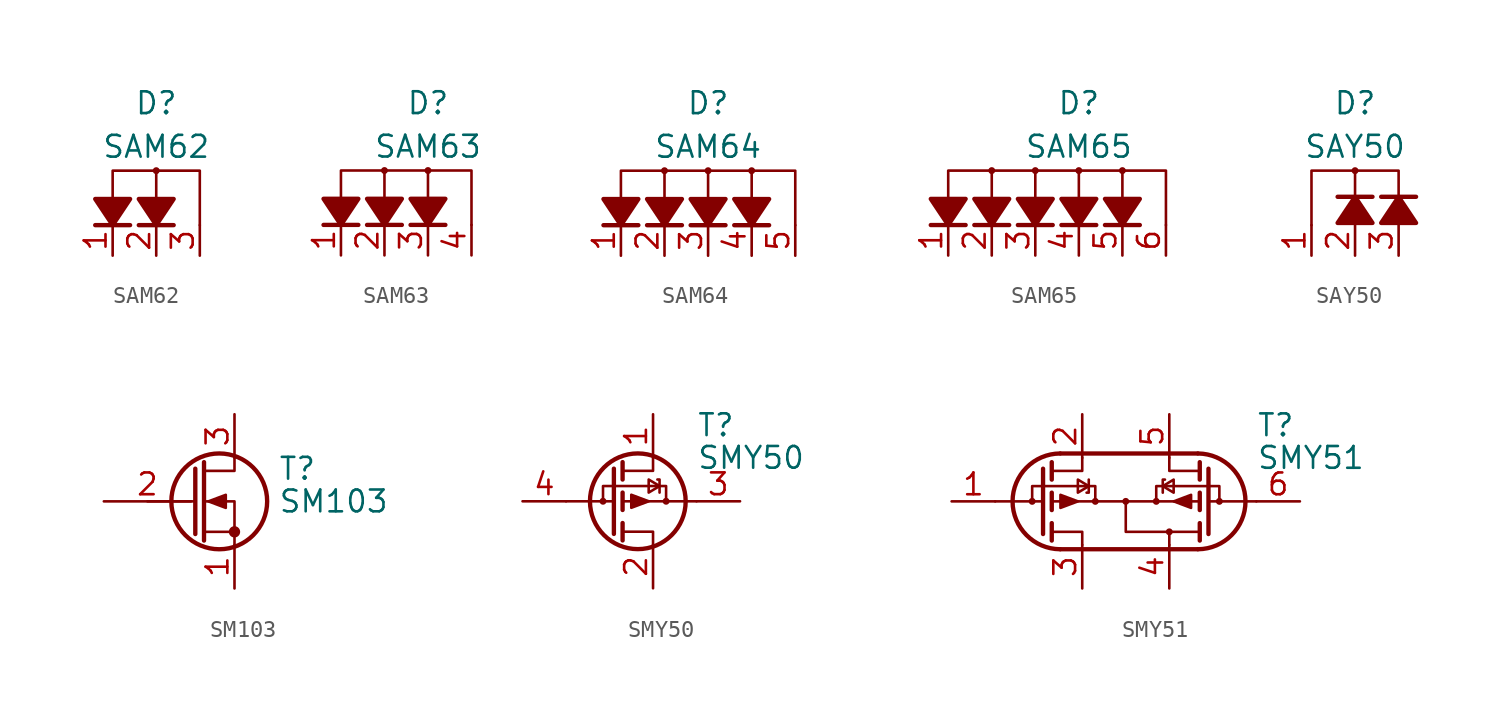
<source format=kicad_sym>
(kicad_symbol_lib
  (version 20241209)
  (generator "kicad_symbol_editor")
  (generator_version "9.0")
  (symbol "SAM62"
    (pin_names
      (hide yes))
    (property "Reference" "D"
      (at 0 5.08 0)
      (effects (font (size 1.27 1.27))))
    (property "Value" "SAM62"
      (at 0 2.54 0)
      (effects (font (size 1.27 1.27))))
    (symbol "SAM62_0_0"
      (circle (center 0 1.143) (radius 0.127) (stroke (width 0.152) (type default)) (fill (type none)))
      (polyline (pts (xy 0 -0.381) (xy 0 1.143)) (stroke (width 0.152) (type default)) (fill (type none)))
      (polyline (pts (xy 2.54 -2.032) (xy 2.54 1.143) (xy -2.54 1.143) (xy -2.54 -0.508)) (stroke (width 0.152) (type default)) (fill (type none))))
    (symbol "SAM62_0_1"
      (polyline (pts (xy -1.524 -0.508) (xy -2.54 -2.032) (xy -3.556 -0.508) (xy -1.524 -0.508)) (stroke (width 0.254) (type default)) (fill (type outline)))
      (polyline (pts (xy -1.524 -2.032) (xy -3.556 -2.032)) (stroke (width 0.254) (type default)) (fill (type none)))
      (polyline (pts (xy 1.016 -0.508) (xy 0 -2.032) (xy -1.016 -0.508) (xy 1.016 -0.508)) (stroke (width 0.254) (type default)) (fill (type outline)))
      (polyline (pts (xy 1.016 -2.032) (xy -1.016 -2.032)) (stroke (width 0.254) (type default)) (fill (type none))))
    (symbol "SAM62_1_1"
      (pin passive line (at -2.54 -3.81 90) (length 1.778) (name "A" (effects (font (size 1.27 1.27)))) (number "1" (effects (font (size 1.27 1.27)))))
      (pin passive line (at 0 -3.81 90) (length 1.778) (name "K1" (effects (font (size 1.27 1.27)))) (number "2" (effects (font (size 1.27 1.27)))))
      (pin passive line (at 2.54 -3.81 90) (length 1.778) (name "K2" (effects (font (size 1.27 1.27)))) (number "3" (effects (font (size 1.27 1.27)))))))
  (symbol "SAM63"
    (pin_names
      (hide yes))
    (property "Reference" "D"
      (at 0 5.08 0)
      (effects (font (size 1.27 1.27))))
    (property "Value" "SAM63"
      (at 0 2.54 0)
      (effects (font (size 1.27 1.27))))
    (symbol "SAM63_0_0"
      (circle (center -2.54 1.143) (radius 0.127) (stroke (width 0.152) (type default)) (fill (type none)))
      (polyline (pts (xy -2.54 -0.381) (xy -2.54 1.143)) (stroke (width 0.152) (type default)) (fill (type none)))
      (circle (center 0 1.143) (radius 0.127) (stroke (width 0.152) (type default)) (fill (type none)))
      (polyline (pts (xy 0 -0.381) (xy 0 1.143)) (stroke (width 0.152) (type default)) (fill (type none)))
      (polyline (pts (xy 2.54 -2.032) (xy 2.54 1.143) (xy -5.08 1.143) (xy -5.08 -0.508)) (stroke (width 0.152) (type default)) (fill (type none))))
    (symbol "SAM63_0_1"
      (polyline (pts (xy -4.064 -0.508) (xy -5.08 -2.032) (xy -6.096 -0.508) (xy -4.064 -0.508)) (stroke (width 0.254) (type default)) (fill (type outline)))
      (polyline (pts (xy -4.064 -2.032) (xy -6.096 -2.032)) (stroke (width 0.254) (type default)) (fill (type none)))
      (polyline (pts (xy -1.524 -0.508) (xy -2.54 -2.032) (xy -3.556 -0.508) (xy -1.524 -0.508)) (stroke (width 0.254) (type default)) (fill (type outline)))
      (polyline (pts (xy -1.524 -2.032) (xy -3.556 -2.032)) (stroke (width 0.254) (type default)) (fill (type none)))
      (polyline (pts (xy 1.016 -0.508) (xy 0 -2.032) (xy -1.016 -0.508) (xy 1.016 -0.508)) (stroke (width 0.254) (type default)) (fill (type outline)))
      (polyline (pts (xy 1.016 -2.032) (xy -1.016 -2.032)) (stroke (width 0.254) (type default)) (fill (type none))))
    (symbol "SAM63_1_1"
      (pin passive line (at -5.08 -3.81 90) (length 1.778) (name "A" (effects (font (size 1.27 1.27)))) (number "1" (effects (font (size 1.27 1.27)))))
      (pin passive line (at -2.54 -3.81 90) (length 1.778) (name "K1" (effects (font (size 1.27 1.27)))) (number "2" (effects (font (size 1.27 1.27)))))
      (pin passive line (at 0 -3.81 90) (length 1.778) (name "K2" (effects (font (size 1.27 1.27)))) (number "3" (effects (font (size 1.27 1.27)))))
      (pin passive line (at 2.54 -3.81 90) (length 1.778) (name "K3" (effects (font (size 1.27 1.27)))) (number "4" (effects (font (size 1.27 1.27)))))))
  (symbol "SAM64"
    (pin_names
      (hide yes))
    (property "Reference" "D"
      (at 0 5.08 0)
      (effects (font (size 1.27 1.27))))
    (property "Value" "SAM64"
      (at 0 2.54 0)
      (effects (font (size 1.27 1.27))))
    (symbol "SAM64_0_0"
      (circle (center -2.54 1.143) (radius 0.127) (stroke (width 0.152) (type default)) (fill (type none)))
      (polyline (pts (xy -2.54 -0.381) (xy -2.54 1.143)) (stroke (width 0.152) (type default)) (fill (type none)))
      (circle (center 0 1.143) (radius 0.127) (stroke (width 0.152) (type default)) (fill (type none)))
      (polyline (pts (xy 0 -0.381) (xy 0 1.143)) (stroke (width 0.152) (type default)) (fill (type none)))
      (circle (center 2.54 1.143) (radius 0.127) (stroke (width 0.152) (type default)) (fill (type none)))
      (polyline (pts (xy 2.54 -0.381) (xy 2.54 1.143)) (stroke (width 0.152) (type default)) (fill (type none)))
      (polyline (pts (xy 5.08 -2.032) (xy 5.08 1.143) (xy -5.08 1.143) (xy -5.08 -0.508)) (stroke (width 0.152) (type default)) (fill (type none))))
    (symbol "SAM64_0_1"
      (polyline (pts (xy -4.064 -0.508) (xy -5.08 -2.032) (xy -6.096 -0.508) (xy -4.064 -0.508)) (stroke (width 0.254) (type default)) (fill (type outline)))
      (polyline (pts (xy -4.064 -2.032) (xy -6.096 -2.032)) (stroke (width 0.254) (type default)) (fill (type none)))
      (polyline (pts (xy -1.524 -0.508) (xy -2.54 -2.032) (xy -3.556 -0.508) (xy -1.524 -0.508)) (stroke (width 0.254) (type default)) (fill (type outline)))
      (polyline (pts (xy -1.524 -2.032) (xy -3.556 -2.032)) (stroke (width 0.254) (type default)) (fill (type none)))
      (polyline (pts (xy 1.016 -0.508) (xy 0 -2.032) (xy -1.016 -0.508) (xy 1.016 -0.508)) (stroke (width 0.254) (type default)) (fill (type outline)))
      (polyline (pts (xy 1.016 -2.032) (xy -1.016 -2.032)) (stroke (width 0.254) (type default)) (fill (type none)))
      (polyline (pts (xy 3.556 -0.508) (xy 2.54 -2.032) (xy 1.524 -0.508) (xy 3.556 -0.508)) (stroke (width 0.254) (type default)) (fill (type outline)))
      (polyline (pts (xy 3.556 -2.032) (xy 1.524 -2.032)) (stroke (width 0.254) (type default)) (fill (type none))))
    (symbol "SAM64_1_1"
      (pin passive line (at -5.08 -3.81 90) (length 1.778) (name "A" (effects (font (size 1.27 1.27)))) (number "1" (effects (font (size 1.27 1.27)))))
      (pin passive line (at -2.54 -3.81 90) (length 1.778) (name "K1" (effects (font (size 1.27 1.27)))) (number "2" (effects (font (size 1.27 1.27)))))
      (pin passive line (at 0 -3.81 90) (length 1.778) (name "K2" (effects (font (size 1.27 1.27)))) (number "3" (effects (font (size 1.27 1.27)))))
      (pin passive line (at 2.54 -3.81 90) (length 1.778) (name "K3" (effects (font (size 1.27 1.27)))) (number "4" (effects (font (size 1.27 1.27)))))
      (pin passive line (at 5.08 -3.81 90) (length 1.778) (name "K4" (effects (font (size 1.27 1.27)))) (number "5" (effects (font (size 1.27 1.27)))))))
  (symbol "SAM65"
    (pin_names
      (hide yes))
    (property "Reference" "D"
      (at 0 5.08 0)
      (effects (font (size 1.27 1.27))))
    (property "Value" "SAM65"
      (at 0 2.54 0)
      (effects (font (size 1.27 1.27))))
    (symbol "SAM65_0_0"
      (circle (center -5.08 1.143) (radius 0.127) (stroke (width 0.152) (type default)) (fill (type none)))
      (polyline (pts (xy -5.08 -0.381) (xy -5.08 1.143)) (stroke (width 0.152) (type default)) (fill (type none)))
      (circle (center -2.54 1.143) (radius 0.127) (stroke (width 0.152) (type default)) (fill (type none)))
      (polyline (pts (xy -2.54 -0.381) (xy -2.54 1.143)) (stroke (width 0.152) (type default)) (fill (type none)))
      (circle (center 0 1.143) (radius 0.127) (stroke (width 0.152) (type default)) (fill (type none)))
      (polyline (pts (xy 0 -0.381) (xy 0 1.143)) (stroke (width 0.152) (type default)) (fill (type none)))
      (circle (center 2.54 1.143) (radius 0.127) (stroke (width 0.152) (type default)) (fill (type none)))
      (polyline (pts (xy 2.54 -0.381) (xy 2.54 1.143)) (stroke (width 0.152) (type default)) (fill (type none)))
      (polyline (pts (xy 5.08 -2.032) (xy 5.08 1.143) (xy -7.62 1.143) (xy -7.62 -0.381)) (stroke (width 0.152) (type default)) (fill (type none))))
    (symbol "SAM65_0_1"
      (polyline (pts (xy -6.604 -0.508) (xy -7.62 -2.032) (xy -8.636 -0.508) (xy -6.604 -0.508)) (stroke (width 0.254) (type default)) (fill (type outline)))
      (polyline (pts (xy -6.604 -2.032) (xy -8.636 -2.032)) (stroke (width 0.254) (type default)) (fill (type none)))
      (polyline (pts (xy -4.064 -0.508) (xy -5.08 -2.032) (xy -6.096 -0.508) (xy -4.064 -0.508)) (stroke (width 0.254) (type default)) (fill (type outline)))
      (polyline (pts (xy -4.064 -2.032) (xy -6.096 -2.032)) (stroke (width 0.254) (type default)) (fill (type none)))
      (polyline (pts (xy -1.524 -0.508) (xy -2.54 -2.032) (xy -3.556 -0.508) (xy -1.524 -0.508)) (stroke (width 0.254) (type default)) (fill (type outline)))
      (polyline (pts (xy -1.524 -2.032) (xy -3.556 -2.032)) (stroke (width 0.254) (type default)) (fill (type none)))
      (polyline (pts (xy 1.016 -0.508) (xy 0 -2.032) (xy -1.016 -0.508) (xy 1.016 -0.508)) (stroke (width 0.254) (type default)) (fill (type outline)))
      (polyline (pts (xy 1.016 -2.032) (xy -1.016 -2.032)) (stroke (width 0.254) (type default)) (fill (type none)))
      (polyline (pts (xy 3.556 -0.508) (xy 2.54 -2.032) (xy 1.524 -0.508) (xy 3.556 -0.508)) (stroke (width 0.254) (type default)) (fill (type outline)))
      (polyline (pts (xy 3.556 -2.032) (xy 1.524 -2.032)) (stroke (width 0.254) (type default)) (fill (type none))))
    (symbol "SAM65_1_1"
      (pin passive line (at -7.62 -3.81 90) (length 1.778) (name "A" (effects (font (size 1.27 1.27)))) (number "1" (effects (font (size 1.27 1.27)))))
      (pin passive line (at -5.08 -3.81 90) (length 1.778) (name "K1" (effects (font (size 1.27 1.27)))) (number "2" (effects (font (size 1.27 1.27)))))
      (pin passive line (at -2.54 -3.81 90) (length 1.778) (name "K2" (effects (font (size 1.27 1.27)))) (number "3" (effects (font (size 1.27 1.27)))))
      (pin passive line (at 0 -3.81 90) (length 1.778) (name "K3" (effects (font (size 1.27 1.27)))) (number "4" (effects (font (size 1.27 1.27)))))
      (pin passive line (at 2.54 -3.81 90) (length 1.778) (name "K4" (effects (font (size 1.27 1.27)))) (number "5" (effects (font (size 1.27 1.27)))))
      (pin passive line (at 5.08 -3.81 90) (length 1.778) (name "K5" (effects (font (size 1.27 1.27)))) (number "6" (effects (font (size 1.27 1.27)))))))
  (symbol "SAY50"
    (pin_names
      (hide yes))
    (property "Reference" "D"
      (at 0 5.08 0)
      (effects (font (size 1.27 1.27))))
    (property "Value" "SAY50"
      (at 0 2.54 0)
      (effects (font (size 1.27 1.27))))
    (symbol "SAY50_0_0"
      (polyline (pts (xy -2.54 -2.032) (xy -2.54 1.143) (xy 2.54 1.143) (xy 2.54 -0.381)) (stroke (width 0.152) (type default)) (fill (type none)))
      (circle (center 0 1.143) (radius 0.127) (stroke (width 0.152) (type default)) (fill (type none)))
      (polyline (pts (xy 0 -0.381) (xy 0 1.143)) (stroke (width 0.152) (type default)) (fill (type none))))
    (symbol "SAY50_0_1"
      (polyline (pts (xy 1.016 -0.381) (xy -1.016 -0.381)) (stroke (width 0.254) (type default)) (fill (type none)))
      (polyline (pts (xy 1.016 -1.905) (xy 0 -0.381) (xy -1.016 -1.905) (xy 1.016 -1.905)) (stroke (width 0.254) (type default)) (fill (type outline)))
      (polyline (pts (xy 3.556 -0.381) (xy 1.524 -0.381)) (stroke (width 0.254) (type default)) (fill (type none)))
      (polyline (pts (xy 3.556 -1.905) (xy 2.54 -0.381) (xy 1.524 -1.905) (xy 3.556 -1.905)) (stroke (width 0.254) (type default)) (fill (type outline))))
    (symbol "SAY50_1_1"
      (pin passive line (at -2.54 -3.81 90) (length 1.778) (name "A1" (effects (font (size 1.27 1.27)))) (number "1" (effects (font (size 1.27 1.27)))))
      (pin passive line (at 0 -3.81 90) (length 1.778) (name "A2" (effects (font (size 1.27 1.27)))) (number "2" (effects (font (size 1.27 1.27)))))
      (pin passive line (at 2.54 -3.81 90) (length 1.778) (name "K" (effects (font (size 1.27 1.27)))) (number "3" (effects (font (size 1.27 1.27)))))))
  (symbol "SM103"
    (pin_names
      (hide yes))
    (property "Reference" "T"
      (at 5.08 1.905 0)
      (effects (font (size 1.27 1.27)) (justify left)))
    (property "Value" "SM103"
      (at 5.08 0 0)
      (effects (font (size 1.27 1.27)) (justify left)))
    (symbol "SM103_0_1"
      (polyline (pts (xy 0.254 1.905) (xy 0.254 -1.905)) (stroke (width 0.254) (type default)) (fill (type none)))
      (polyline (pts (xy 0.254 0) (xy -2.54 0)) (stroke (width 0) (type default)) (fill (type none)))
      (polyline (pts (xy 0.762 2.286) (xy 0.762 -2.286)) (stroke (width 0.254) (type default)) (fill (type none)))
      (polyline (pts (xy 0.762 -1.778) (xy 2.54 -1.778)) (stroke (width 0) (type default)) (fill (type none)))
      (polyline (pts (xy 1.016 0) (xy 2.032 0.381) (xy 2.032 -0.381) (xy 1.016 0)) (stroke (width 0) (type default)) (fill (type outline)))
      (circle (center 1.651 0) (radius 2.794) (stroke (width 0.254) (type default)) (fill (type none)))
      (polyline (pts (xy 2.54 2.54) (xy 2.54 1.778) (xy 0.889 1.778)) (stroke (width 0) (type default)) (fill (type none)))
      (circle (center 2.54 -1.778) (radius 0.254) (stroke (width 0) (type default)) (fill (type outline)))
      (polyline (pts (xy 2.54 -2.54) (xy 2.54 0) (xy 0.762 0)) (stroke (width 0) (type default)) (fill (type none))))
    (symbol "SM103_1_1"
      (pin input line (at -5.08 0 0) (length 5.08) (name "G" (effects (font (size 1.27 1.27)))) (number "2" (effects (font (size 1.27 1.27)))))
      (pin passive line (at 2.54 5.08 270) (length 2.54) (name "D" (effects (font (size 1.27 1.27)))) (number "3" (effects (font (size 1.27 1.27)))))
      (pin passive line (at 2.54 -5.08 90) (length 2.54) (name "S" (effects (font (size 1.27 1.27)))) (number "1" (effects (font (size 1.27 1.27)))))))
  (symbol "SMY50"
    (pin_names
      (hide yes))
    (property "Reference" "T"
      (at 5.08 4.445 0)
      (effects (font (size 1.27 1.27)) (justify left)))
    (property "Value" "SMY50"
      (at 5.08 2.54 0)
      (effects (font (size 1.27 1.27)) (justify left)))
    (symbol "SMY50_0_1"
      (circle (center -0.381 0) (radius 0.127) (stroke (width 0.152) (type default)) (fill (type none)))
      (polyline (pts (xy 0.254 1.905) (xy 0.254 -1.905)) (stroke (width 0.254) (type default)) (fill (type none)))
      (polyline (pts (xy 0.254 0) (xy -2.54 0)) (stroke (width 0) (type default)) (fill (type none)))
      (polyline (pts (xy 0.762 2.286) (xy 0.762 1.27)) (stroke (width 0.254) (type default)) (fill (type none)))
      (polyline (pts (xy 0.762 1.778) (xy 2.54 1.778) (xy 2.54 2.54)) (stroke (width 0) (type default)) (fill (type none)))
      (polyline (pts (xy 0.762 0.508) (xy 0.762 -0.508)) (stroke (width 0.254) (type default)) (fill (type none)))
      (polyline (pts (xy 0.762 -1.27) (xy 0.762 -2.286)) (stroke (width 0.254) (type default)) (fill (type none)))
      (circle (center 1.651 0) (radius 2.794) (stroke (width 0.254) (type default)) (fill (type none)))
      (polyline (pts (xy 2.286 0) (xy 1.27 0.381) (xy 1.27 -0.381) (xy 2.286 0)) (stroke (width 0) (type default)) (fill (type outline)))
      (polyline (pts (xy 2.54 -2.54) (xy 2.54 -1.778) (xy 0.762 -1.778)) (stroke (width 0) (type default)) (fill (type none)))
      (polyline (pts (xy 2.921 0.889) (xy 2.286 0.508) (xy 2.286 1.27) (xy 2.921 0.889)) (stroke (width 0) (type default)) (fill (type none)))
      (polyline (pts (xy 2.921 0.508) (xy 2.921 1.27) (xy 2.794 1.27)) (stroke (width 0) (type default)) (fill (type none)))
      (polyline (pts (xy 3.302 0) (xy 3.302 0.889) (xy -0.381 0.889) (xy -0.381 0)) (stroke (width 0.152) (type default)) (fill (type none)))
      (circle (center 3.302 0) (radius 0.127) (stroke (width 0.152) (type default)) (fill (type none)))
      (polyline (pts (xy 5.08 0) (xy 0.762 0)) (stroke (width 0.152) (type default)) (fill (type none))))
    (symbol "SMY50_1_1"
      (pin input line (at -5.08 0 0) (length 2.54) (name "G" (effects (font (size 1.27 1.27)))) (number "4" (effects (font (size 1.27 1.27)))))
      (pin passive line (at 2.54 5.08 270) (length 2.54) (name "D" (effects (font (size 1.27 1.27)))) (number "1" (effects (font (size 1.27 1.27)))))
      (pin passive line (at 2.54 -5.08 90) (length 2.54) (name "S" (effects (font (size 1.27 1.27)))) (number "2" (effects (font (size 1.27 1.27)))))
      (pin passive line (at 7.62 0 180) (length 2.54) (name "Bulk" (effects (font (size 1.27 1.27)))) (number "3" (effects (font (size 1.27 1.27)))))))
  (symbol "SMY51"
    (pin_names
      (hide yes))
    (property "Reference" "T"
      (at 5.08 4.445 0)
      (effects (font (size 1.27 1.27)) (justify left)))
    (property "Value" "SMY51"
      (at 5.08 2.54 0)
      (effects (font (size 1.27 1.27)) (justify left)))
    (symbol "SMY51_0_1"
      (circle (center -8.001 0) (radius 0.127) (stroke (width 0.152) (type default)) (fill (type none)))
      (polyline (pts (xy -7.366 1.905) (xy -7.366 -1.905)) (stroke (width 0.254) (type default)) (fill (type none)))
      (polyline (pts (xy -7.366 0) (xy -10.16 0)) (stroke (width 0) (type default)) (fill (type none)))
      (polyline (pts (xy -6.858 2.286) (xy -6.858 1.27)) (stroke (width 0.254) (type default)) (fill (type none)))
      (polyline (pts (xy -6.858 1.778) (xy -5.08 1.778) (xy -5.08 2.54)) (stroke (width 0) (type default)) (fill (type none)))
      (polyline (pts (xy -6.858 0.508) (xy -6.858 -0.508)) (stroke (width 0.254) (type default)) (fill (type none)))
      (polyline (pts (xy -6.858 -1.27) (xy -6.858 -2.286)) (stroke (width 0.254) (type default)) (fill (type none)))
      (polyline (pts (xy -6.35 2.794) (xy 1.651 2.794)) (stroke (width 0.254) (type default)) (fill (type none)))
      (arc (start -6.3736 -2.794) (mid -9.1441 0) (end -6.3736 2.794) (stroke (width 0.254) (type default)) (fill (type none)))
      (polyline (pts (xy -6.35 -2.794) (xy 1.651 -2.794)) (stroke (width 0.254) (type default)) (fill (type none)))
      (polyline (pts (xy -5.334 0) (xy -6.35 0.381) (xy -6.35 -0.381) (xy -5.334 0)) (stroke (width 0) (type default)) (fill (type outline)))
      (polyline (pts (xy -5.08 -2.54) (xy -5.08 -1.778) (xy -6.858 -1.778)) (stroke (width 0) (type default)) (fill (type none)))
      (polyline (pts (xy -4.699 1.27) (xy -4.699 0.508) (xy -4.826 0.508)) (stroke (width 0) (type default)) (fill (type none)))
      (polyline (pts (xy -4.699 0.889) (xy -5.334 0.508) (xy -5.334 1.27) (xy -4.699 0.889)) (stroke (width 0) (type default)) (fill (type none)))
      (circle (center -4.318 0) (radius 0.127) (stroke (width 0.152) (type default)) (fill (type none)))
      (polyline (pts (xy -4.318 0) (xy -4.318 0.889) (xy -8.001 0.889) (xy -8.001 0)) (stroke (width 0.152) (type default)) (fill (type none)))
      (circle (center -2.54 0) (radius 0.127) (stroke (width 0.152) (type default)) (fill (type none)))
      (polyline (pts (xy -2.54 0) (xy -6.858 0)) (stroke (width 0.152) (type default)) (fill (type none)))
      (polyline (pts (xy -2.54 0) (xy 1.778 0)) (stroke (width 0.152) (type default)) (fill (type none)))
      (circle (center -0.762 0) (radius 0.127) (stroke (width 0.152) (type default)) (fill (type none)))
      (polyline (pts (xy -0.762 0) (xy -0.762 0.889) (xy 2.921 0.889) (xy 2.921 0)) (stroke (width 0.152) (type default)) (fill (type none)))
      (polyline (pts (xy -0.381 0.889) (xy 0.254 0.508) (xy 0.254 1.27) (xy -0.381 0.889)) (stroke (width 0) (type default)) (fill (type none)))
      (polyline (pts (xy -0.381 0.508) (xy -0.381 1.27) (xy -0.254 1.27)) (stroke (width 0) (type default)) (fill (type none)))
      (polyline (pts (xy 0 -1.778) (xy -2.54 -1.778) (xy -2.54 0)) (stroke (width 0) (type default)) (fill (type none)))
      (circle (center 0 -1.778) (radius 0.127) (stroke (width 0.152) (type default)) (fill (type none)))
      (polyline (pts (xy 0 -2.54) (xy 0 -1.778) (xy 1.778 -1.778)) (stroke (width 0) (type default)) (fill (type none)))
      (polyline (pts (xy 0.254 0) (xy 1.27 0.381) (xy 1.27 -0.381) (xy 0.254 0)) (stroke (width 0) (type default)) (fill (type outline)))
      (arc (start 1.6746 2.794) (mid 4.4451 0) (end 1.6746 -2.794) (stroke (width 0.254) (type default)) (fill (type none)))
      (polyline (pts (xy 1.778 2.286) (xy 1.778 1.27)) (stroke (width 0.254) (type default)) (fill (type none)))
      (polyline (pts (xy 1.778 1.778) (xy 0 1.778) (xy 0 2.54)) (stroke (width 0) (type default)) (fill (type none)))
      (polyline (pts (xy 1.778 0.508) (xy 1.778 -0.508)) (stroke (width 0.254) (type default)) (fill (type none)))
      (polyline (pts (xy 1.778 -1.27) (xy 1.778 -2.286)) (stroke (width 0.254) (type default)) (fill (type none)))
      (polyline (pts (xy 2.286 1.905) (xy 2.286 -1.905)) (stroke (width 0.254) (type default)) (fill (type none)))
      (polyline (pts (xy 2.286 0) (xy 5.08 0)) (stroke (width 0) (type default)) (fill (type none)))
      (circle (center 2.921 0) (radius 0.127) (stroke (width 0.152) (type default)) (fill (type none))))
    (symbol "SMY51_1_1"
      (pin input line (at -12.7 0 0) (length 2.54) (name "G1" (effects (font (size 1.27 1.27)))) (number "1" (effects (font (size 1.27 1.27)))))
      (pin passive line (at -5.08 5.08 270) (length 2.54) (name "D1" (effects (font (size 1.27 1.27)))) (number "2" (effects (font (size 1.27 1.27)))))
      (pin passive line (at -5.08 -5.08 90) (length 2.54) (name "S1" (effects (font (size 1.27 1.27)))) (number "3" (effects (font (size 1.27 1.27)))))
      (pin passive line (at 0 5.08 270) (length 2.54) (name "D2" (effects (font (size 1.27 1.27)))) (number "5" (effects (font (size 1.27 1.27)))))
      (pin passive line (at 0 -5.08 90) (length 2.54) (name "S2Bu" (effects (font (size 1.27 1.27)))) (number "4" (effects (font (size 1.27 1.27)))))
      (pin passive line (at 7.62 0 180) (length 2.54) (name "G2" (effects (font (size 1.27 1.27)))) (number "6" (effects (font (size 1.27 1.27))))))))
</source>
